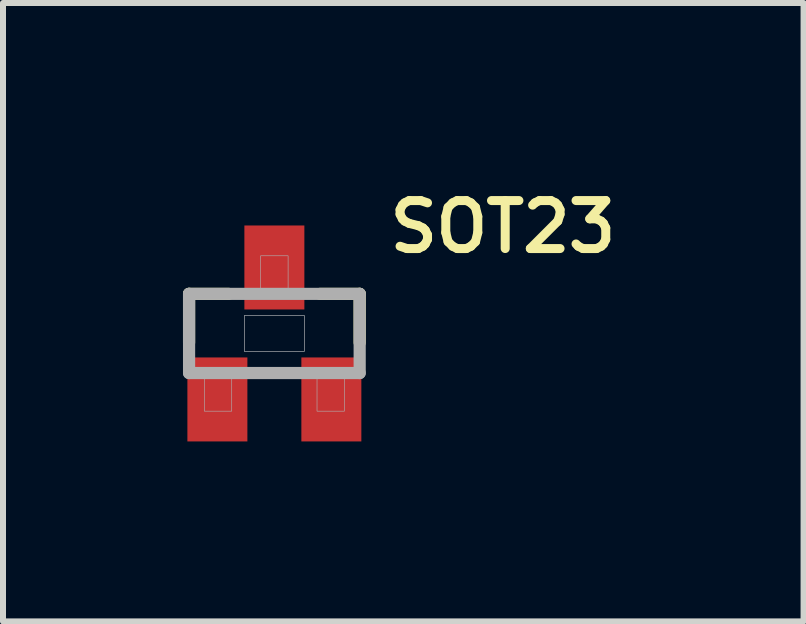
<source format=kicad_pcb>
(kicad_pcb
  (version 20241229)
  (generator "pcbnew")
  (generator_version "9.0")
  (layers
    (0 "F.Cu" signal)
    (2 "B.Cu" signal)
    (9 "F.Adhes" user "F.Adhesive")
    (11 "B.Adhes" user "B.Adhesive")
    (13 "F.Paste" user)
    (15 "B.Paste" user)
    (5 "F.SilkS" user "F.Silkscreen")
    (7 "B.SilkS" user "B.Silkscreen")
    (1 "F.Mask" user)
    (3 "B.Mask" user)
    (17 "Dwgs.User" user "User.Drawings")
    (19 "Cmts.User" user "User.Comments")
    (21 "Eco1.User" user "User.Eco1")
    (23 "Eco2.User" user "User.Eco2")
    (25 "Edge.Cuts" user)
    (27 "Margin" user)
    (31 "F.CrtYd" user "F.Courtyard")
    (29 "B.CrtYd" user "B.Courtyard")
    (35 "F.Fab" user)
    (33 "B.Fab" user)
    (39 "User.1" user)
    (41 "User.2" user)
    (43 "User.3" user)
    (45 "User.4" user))
  (footprint "SOT23"
    (layer "F.Cu")
    (at 1.524 2.509)
    (property "Reference" "SOT23" (at 3.81 -1.778 0) (layer "F.SilkS") (effects (font (size 0.8 0.8) (thickness 0.15))))
    (attr smd)
    (fp_line (start -1.422 -0.66) (end -0.764 -0.66) (stroke (width 0.203) (type solid)) (layer "F.SilkS"))
    (fp_line (start -1.422 0.152) (end -1.422 -0.66) (stroke (width 0.203) (type solid)) (layer "F.SilkS"))
    (fp_line (start 0.764 -0.66) (end 1.422 -0.66) (stroke (width 0.203) (type solid)) (layer "F.SilkS"))
    (fp_line (start 1.422 -0.66) (end 1.422 0.152) (stroke (width 0.203) (type solid)) (layer "F.SilkS"))
    (fp_poly (pts (xy -0.5 -0.3) (xy 0.5 -0.3) (xy 0.5 0.3) (xy -0.5 0.3)) (stroke (width 0.01) (type solid)) (fill no) (layer "Dwgs.User"))
    (fp_line (start -1.422 -0.66) (end 1.422 -0.66) (stroke (width 0.203) (type solid)) (layer "F.Fab"))
    (fp_line (start -1.422 0.66) (end -1.422 -0.66) (stroke (width 0.203) (type solid)) (layer "F.Fab"))
    (fp_line (start 1.422 -0.66) (end 1.422 0.66) (stroke (width 0.203) (type solid)) (layer "F.Fab"))
    (fp_line (start 1.422 0.66) (end -1.422 0.66) (stroke (width 0.203) (type solid)) (layer "F.Fab"))
    (fp_poly (pts (xy -1.168 0.711) (xy -0.711 0.711) (xy -0.711 1.295) (xy -1.168 1.295)) (stroke (width 0.01) (type solid)) (fill no) (layer "F.Fab"))
    (fp_poly (pts (xy -0.229 -1.295) (xy 0.229 -1.295) (xy 0.229 -0.711) (xy -0.229 -0.711)) (stroke (width 0.01) (type solid)) (fill no) (layer "F.Fab"))
    (fp_poly (pts (xy 0.711 0.711) (xy 1.168 0.711) (xy 1.168 1.295) (xy 0.711 1.295)) (stroke (width 0.01) (type solid)) (fill no) (layer "F.Fab"))
    (pad "1" smd rect (at -0.95 1.1) (size 1 1.4) (layers "F.Cu" "F.Mask" "F.Paste"))
    (pad "2" smd rect (at 0.95 1.1) (size 1 1.4) (layers "F.Cu" "F.Mask" "F.Paste"))
    (pad "3" smd rect (at 0 -1.1) (size 1 1.4) (layers "F.Cu" "F.Mask" "F.Paste")))
  (gr_rect
    (start -3 -3)
    (end 10.346 7.309)
    (stroke (width 0.1) (type default))
    (fill no)
    (layer "Edge.Cuts")))
</source>
